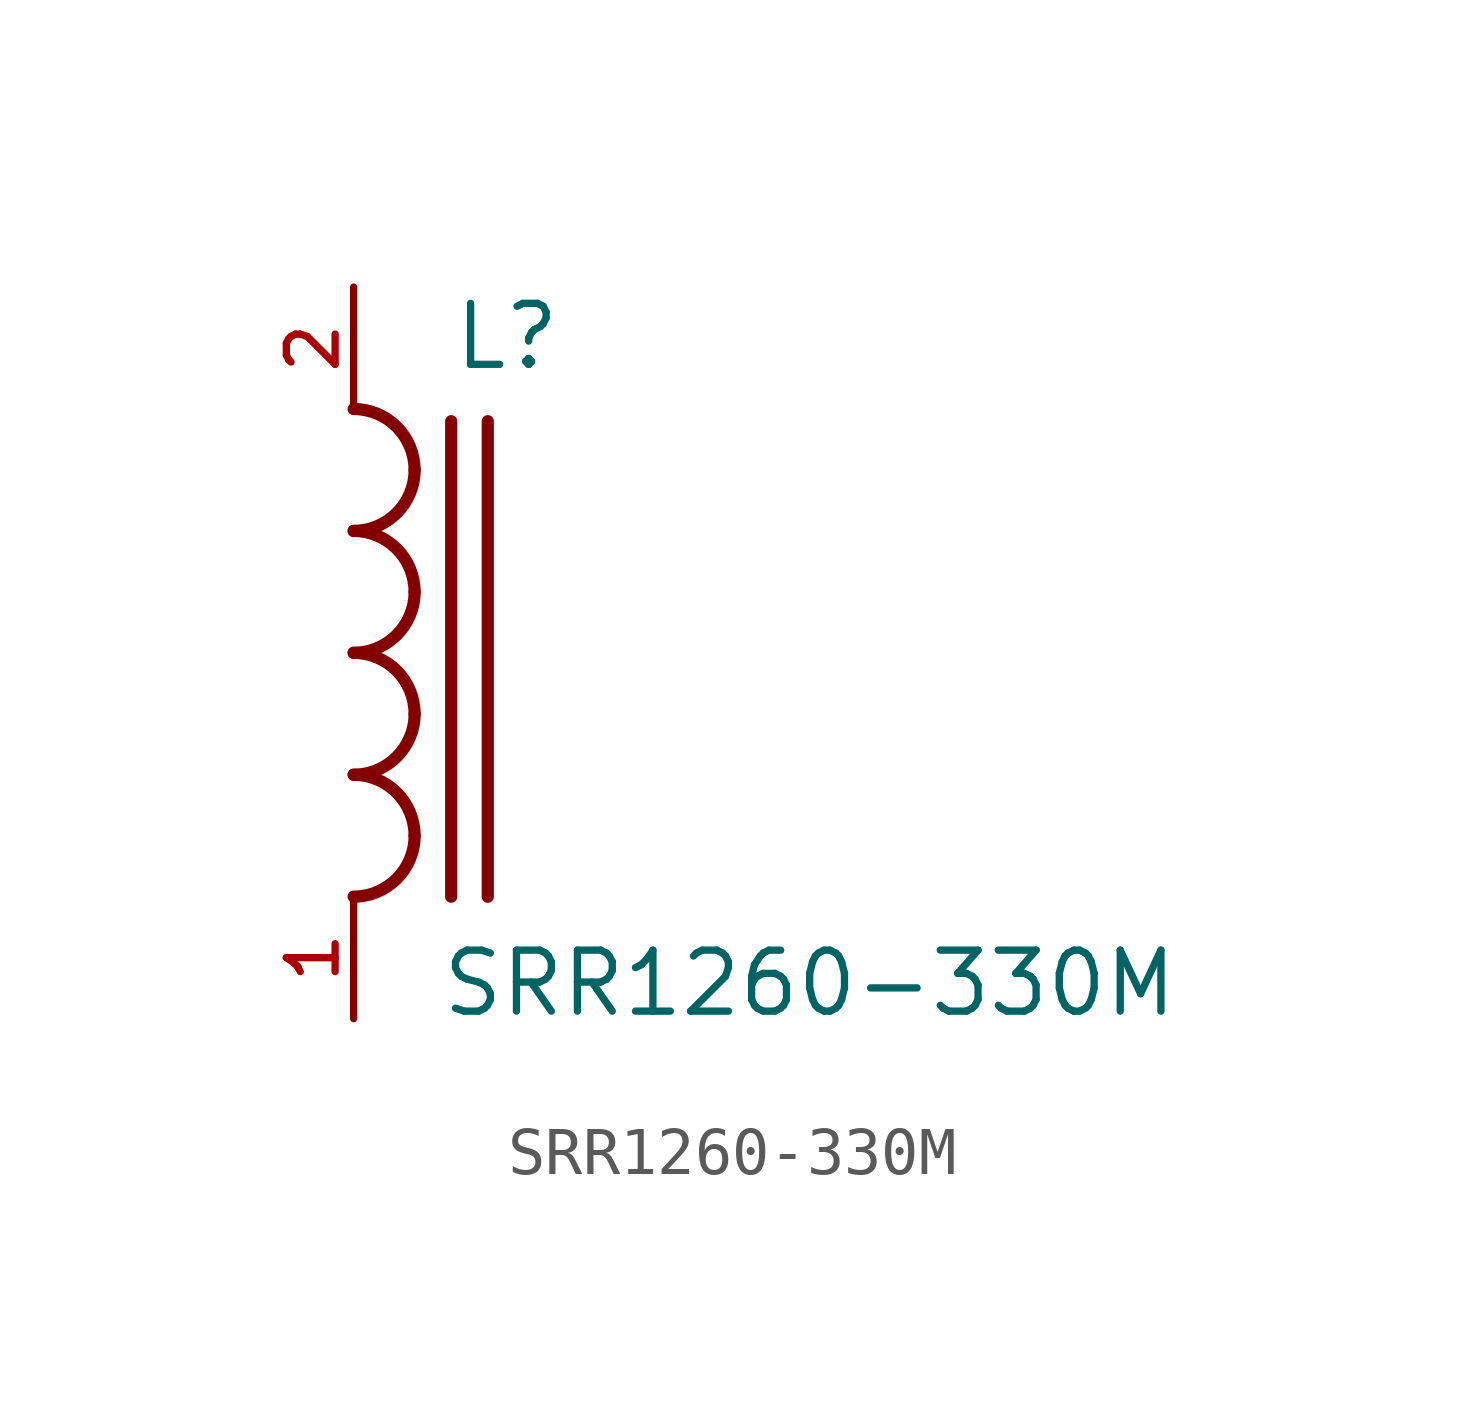
<source format=kicad_sym>
(kicad_symbol_lib
  (version 20211014)
  (generator kicad_symbol_editor)
  (symbol "SRR1260-330M"
    (pin_names
      (offset 1.016))
    (property "Reference" "L"
      (at 2.034 5.848 0)
      (effects (font (size 1.27 1.27)) (justify bottom left)))
    (property "Value" "SRR1260-330M"
      (at 1.78 -7.627 0)
      (effects (font (size 1.27 1.27)) (justify bottom left)))
    (symbol "SRR1260-330M_0_0"
      (arc (start 1.27 3.81) (mid 0.898 4.708) (end 0.0 5.08) (stroke (width 0.254) (type default) (color 0 0 0 0)) (fill (type none)))
      (arc (start 1.27 3.81) (mid 0.898 2.912) (end 0.0 2.54) (stroke (width 0.254) (type default) (color 0 0 0 0)) (fill (type none)))
      (arc (start 1.27 1.27) (mid 0.898 2.168) (end 0.0 2.54) (stroke (width 0.254) (type default) (color 0 0 0 0)) (fill (type none)))
      (arc (start 1.27 1.27) (mid 0.898 0.372) (end 0.0 0.0) (stroke (width 0.254) (type default) (color 0 0 0 0)) (fill (type none)))
      (arc (start 1.27 -1.27) (mid 0.898 -0.372) (end 0.0 0.0) (stroke (width 0.254) (type default) (color 0 0 0 0)) (fill (type none)))
      (arc (start 1.27 -1.27) (mid 0.898 -2.168) (end 0.0 -2.54) (stroke (width 0.254) (type default) (color 0 0 0 0)) (fill (type none)))
      (arc (start 1.27 -3.81) (mid 0.898 -2.912) (end 0.0 -2.54) (stroke (width 0.254) (type default) (color 0 0 0 0)) (fill (type none)))
      (arc (start 1.27 -3.81) (mid 0.898 -4.708) (end 0.0 -5.08) (stroke (width 0.254) (type default) (color 0 0 0 0)) (fill (type none)))
      (polyline (pts (xy 2.032 4.826) (xy 2.032 -5.08)) (stroke (width 0.254)))
      (polyline (pts (xy 2.794 4.826) (xy 2.794 -5.08)) (stroke (width 0.254)))
      (pin passive line (at 0.0 7.62 270.0) (length 2.54) (name "~" (effects (font (size 1.016 1.016)))) (number "2" (effects (font (size 1.016 1.016)))))
      (pin passive line (at 0.0 -7.62 90.0) (length 2.54) (name "~" (effects (font (size 1.016 1.016)))) (number "1" (effects (font (size 1.016 1.016))))))))
</source>
